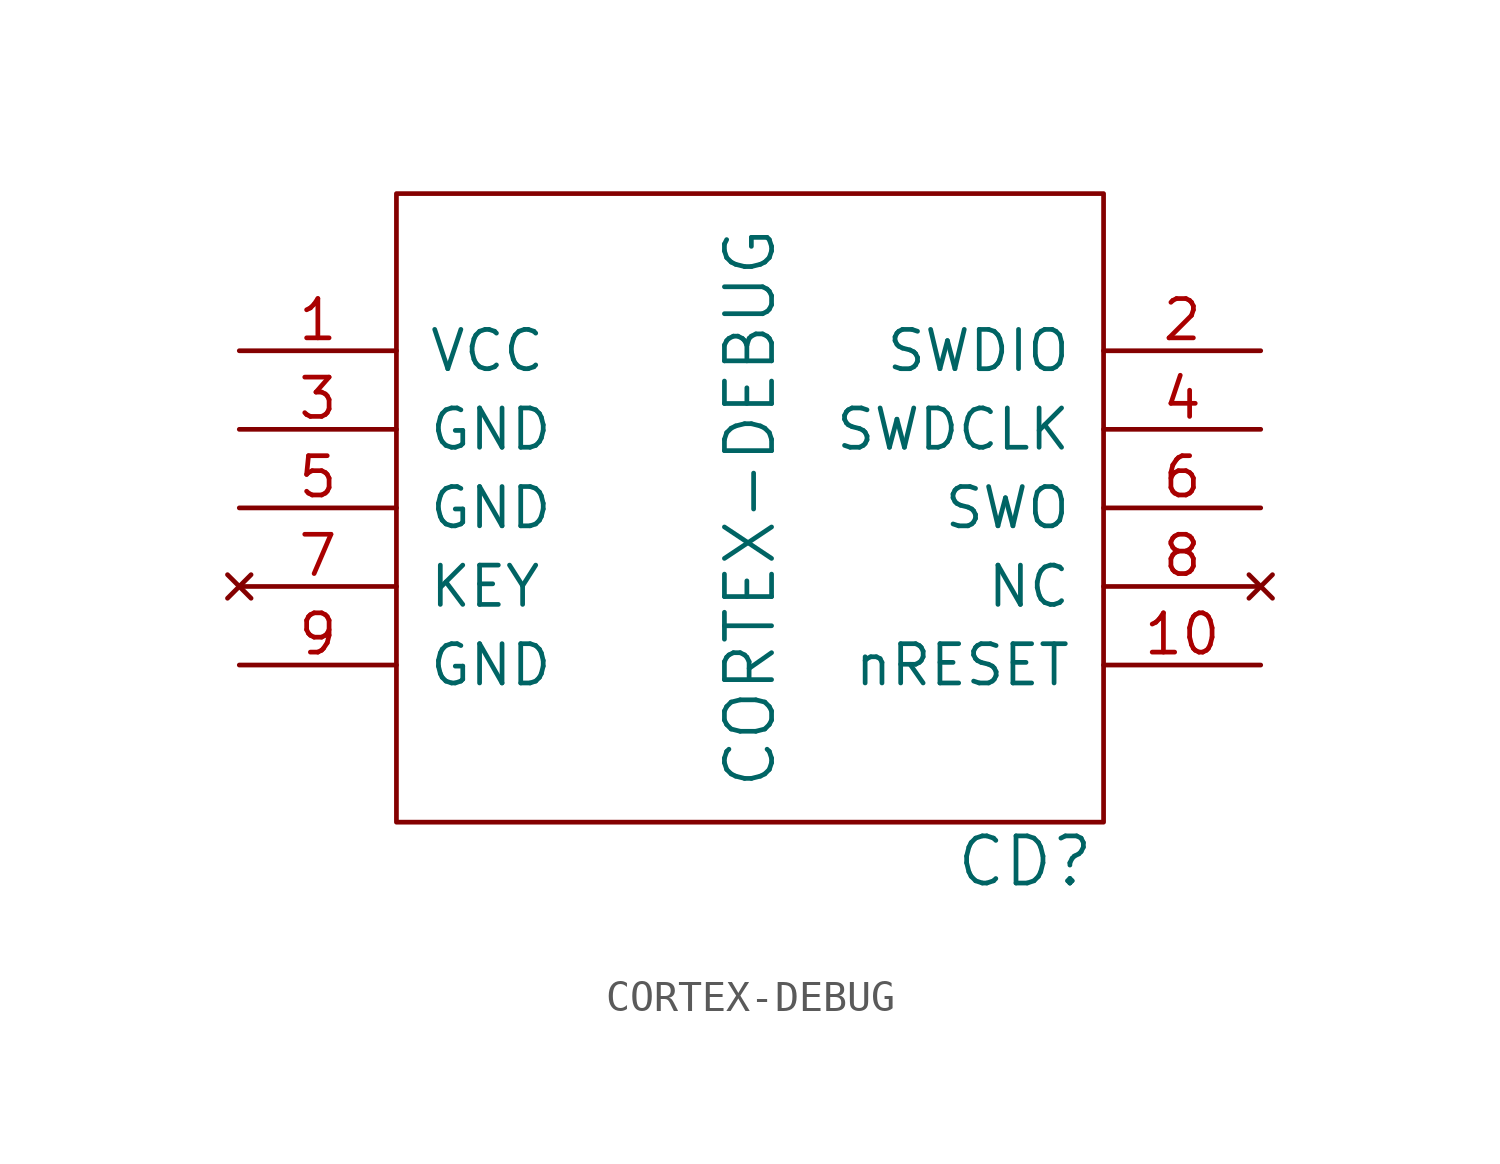
<source format=kicad_sym>
(kicad_symbol_lib
  (version 20211014)
  (generator kicad_symbol_editor)
  (symbol "CORTEX-DEBUG"
    (pin_names
      (offset 1.016))
    (property "Reference" "CD"
      (at 8.89 -11.43 0)
      (effects (font (size 1.524 1.524))))
    (property "Value" "CORTEX-DEBUG"
      (at 0 0 90)
      (effects (font (size 1.524 1.524))))
    (symbol "CORTEX-DEBUG_0_1"
      (rectangle (start -11.43 10.16) (end 11.43 -10.16) (stroke (width 0) (type default) (color 0 0 0 0)) (fill (type none))))
    (symbol "CORTEX-DEBUG_1_1"
      (pin power_in line (at -16.51 5.08 0) (length 5.08) (name "VCC" (effects (font (size 1.27 1.27)))) (number "1" (effects (font (size 1.27 1.27)))))
      (pin output line (at 16.51 -5.08 180) (length 5.08) (name "nRESET" (effects (font (size 1.27 1.27)))) (number "10" (effects (font (size 1.27 1.27)))))
      (pin bidirectional line (at 16.51 5.08 180) (length 5.08) (name "SWDIO" (effects (font (size 1.27 1.27)))) (number "2" (effects (font (size 1.27 1.27)))))
      (pin power_in line (at -16.51 2.54 0) (length 5.08) (name "GND" (effects (font (size 1.27 1.27)))) (number "3" (effects (font (size 1.27 1.27)))))
      (pin output line (at 16.51 2.54 180) (length 5.08) (name "SWDCLK" (effects (font (size 1.27 1.27)))) (number "4" (effects (font (size 1.27 1.27)))))
      (pin power_in line (at -16.51 0 0) (length 5.08) (name "GND" (effects (font (size 1.27 1.27)))) (number "5" (effects (font (size 1.27 1.27)))))
      (pin input line (at 16.51 0 180) (length 5.08) (name "SWO" (effects (font (size 1.27 1.27)))) (number "6" (effects (font (size 1.27 1.27)))))
      (pin no_connect line (at -16.51 -2.54 0) (length 5.08) (name "KEY" (effects (font (size 1.27 1.27)))) (number "7" (effects (font (size 1.27 1.27)))))
      (pin no_connect line (at 16.51 -2.54 180) (length 5.08) (name "NC" (effects (font (size 1.27 1.27)))) (number "8" (effects (font (size 1.27 1.27)))))
      (pin power_in line (at -16.51 -5.08 0) (length 5.08) (name "GND" (effects (font (size 1.27 1.27)))) (number "9" (effects (font (size 1.27 1.27))))))))
</source>
